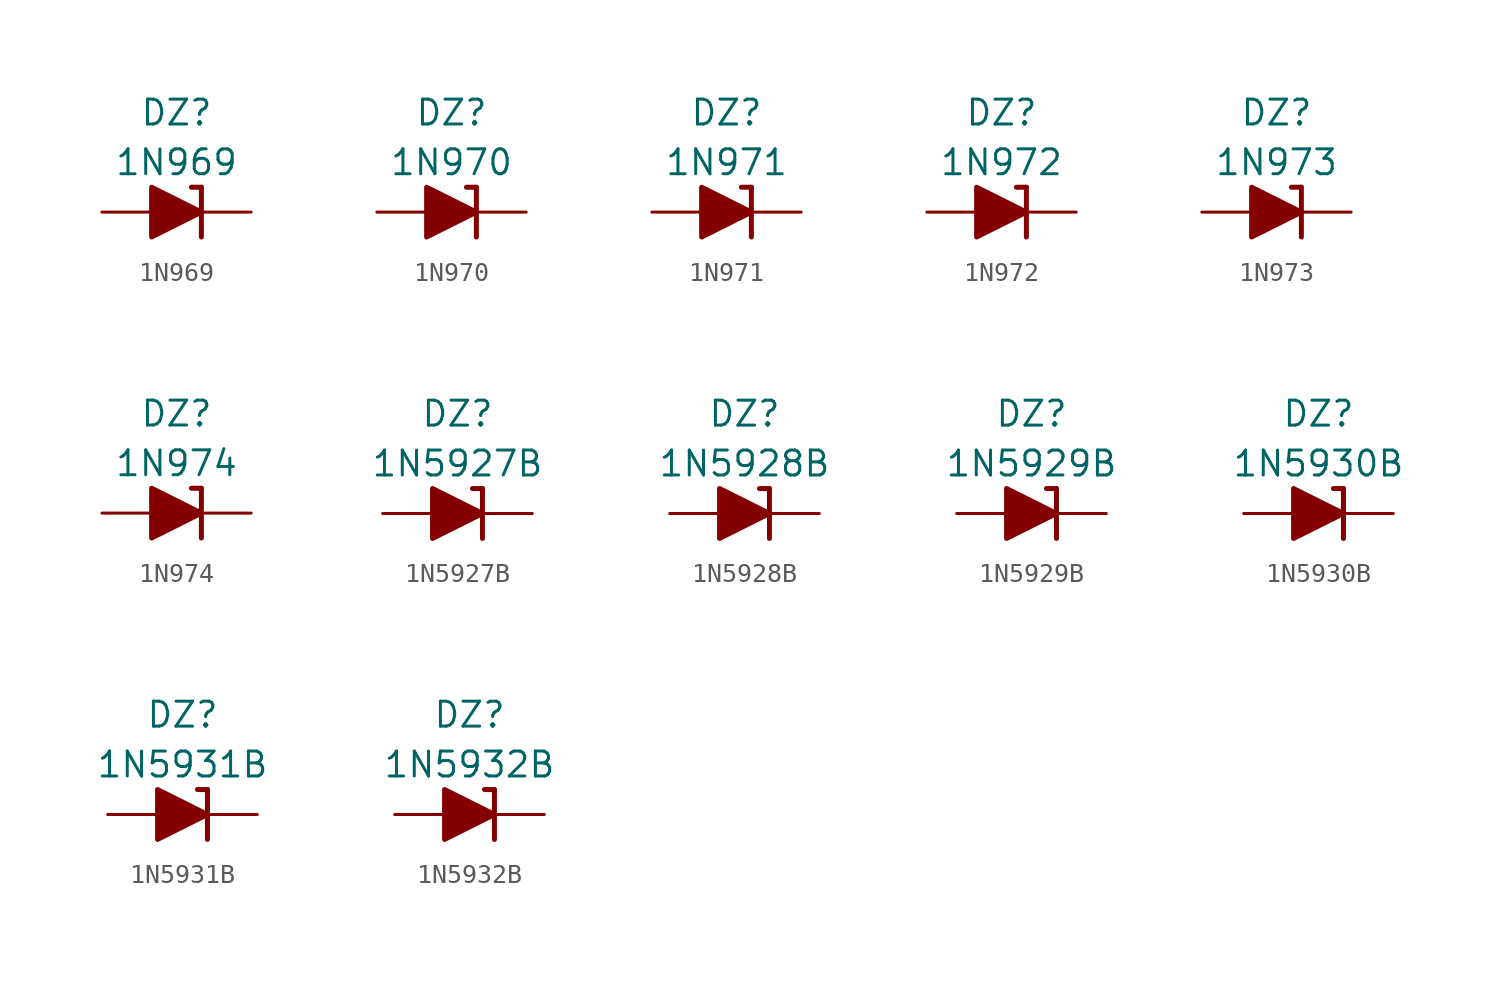
<source format=kicad_sym>
(kicad_symbol_lib
  (version 20211014)
  (generator kicad_symbol_editor)
  (symbol "1N969"
    (pin_numbers hide)
    (pin_names
      (offset 1.016) hide)
    (property "Reference" "DZ"
      (at 0 5.08 0)
      (effects (font (size 1.27 1.27))))
    (property "Value" "1N969"
      (at 0 2.54 0)
      (effects (font (size 1.27 1.27))))
    (symbol "1N969_0_1"
      (polyline (pts (xy -1.27 0) (xy 1.27 0)) (stroke (width 0) (type default) (color 0 0 0 0)) (fill (type none)))
      (polyline (pts (xy 1.27 1.27) (xy 0.762 1.27)) (stroke (width 0.254) (type default) (color 0 0 0 0)) (fill (type none)))
      (polyline (pts (xy 1.27 1.27) (xy 1.27 -1.27)) (stroke (width 0.254) (type default) (color 0 0 0 0)) (fill (type none)))
      (polyline (pts (xy -1.27 -1.27) (xy -1.27 1.27) (xy 1.27 0) (xy -1.27 -1.27)) (stroke (width 0.254) (type default) (color 0 0 0 0)) (fill (type outline))))
    (symbol "1N969_1_1"
      (pin passive line (at 3.81 0 180) (length 2.54) (name "K" (effects (font (size 1.27 1.27)))) (number "1" (effects (font (size 1.27 1.27)))))
      (pin passive line (at -3.81 0 0) (length 2.54) (name "A" (effects (font (size 1.27 1.27)))) (number "2" (effects (font (size 1.27 1.27)))))))
  (symbol "1N970"
    (pin_numbers hide)
    (pin_names
      (offset 1.016) hide)
    (property "Reference" "DZ"
      (at 0 5.08 0)
      (effects (font (size 1.27 1.27))))
    (property "Value" "1N970"
      (at 0 2.54 0)
      (effects (font (size 1.27 1.27))))
    (symbol "1N970_0_1"
      (polyline (pts (xy -1.27 0) (xy 1.27 0)) (stroke (width 0) (type default) (color 0 0 0 0)) (fill (type none)))
      (polyline (pts (xy 1.27 1.27) (xy 0.762 1.27)) (stroke (width 0.254) (type default) (color 0 0 0 0)) (fill (type none)))
      (polyline (pts (xy 1.27 1.27) (xy 1.27 -1.27)) (stroke (width 0.254) (type default) (color 0 0 0 0)) (fill (type none)))
      (polyline (pts (xy -1.27 -1.27) (xy -1.27 1.27) (xy 1.27 0) (xy -1.27 -1.27)) (stroke (width 0.254) (type default) (color 0 0 0 0)) (fill (type outline))))
    (symbol "1N970_1_1"
      (pin passive line (at 3.81 0 180) (length 2.54) (name "K" (effects (font (size 1.27 1.27)))) (number "1" (effects (font (size 1.27 1.27)))))
      (pin passive line (at -3.81 0 0) (length 2.54) (name "A" (effects (font (size 1.27 1.27)))) (number "2" (effects (font (size 1.27 1.27)))))))
  (symbol "1N971"
    (pin_numbers hide)
    (pin_names
      (offset 1.016) hide)
    (property "Reference" "DZ"
      (at 0 5.08 0)
      (effects (font (size 1.27 1.27))))
    (property "Value" "1N971"
      (at 0 2.54 0)
      (effects (font (size 1.27 1.27))))
    (symbol "1N971_0_1"
      (polyline (pts (xy -1.27 0) (xy 1.27 0)) (stroke (width 0) (type default) (color 0 0 0 0)) (fill (type none)))
      (polyline (pts (xy 1.27 1.27) (xy 0.762 1.27)) (stroke (width 0.254) (type default) (color 0 0 0 0)) (fill (type none)))
      (polyline (pts (xy 1.27 1.27) (xy 1.27 -1.27)) (stroke (width 0.254) (type default) (color 0 0 0 0)) (fill (type none)))
      (polyline (pts (xy -1.27 -1.27) (xy -1.27 1.27) (xy 1.27 0) (xy -1.27 -1.27)) (stroke (width 0.254) (type default) (color 0 0 0 0)) (fill (type outline))))
    (symbol "1N971_1_1"
      (pin passive line (at 3.81 0 180) (length 2.54) (name "K" (effects (font (size 1.27 1.27)))) (number "1" (effects (font (size 1.27 1.27)))))
      (pin passive line (at -3.81 0 0) (length 2.54) (name "A" (effects (font (size 1.27 1.27)))) (number "2" (effects (font (size 1.27 1.27)))))))
  (symbol "1N972"
    (pin_numbers hide)
    (pin_names
      (offset 1.016) hide)
    (property "Reference" "DZ"
      (at 0 5.08 0)
      (effects (font (size 1.27 1.27))))
    (property "Value" "1N972"
      (at 0 2.54 0)
      (effects (font (size 1.27 1.27))))
    (symbol "1N972_0_1"
      (polyline (pts (xy -1.27 0) (xy 1.27 0)) (stroke (width 0) (type default) (color 0 0 0 0)) (fill (type none)))
      (polyline (pts (xy 1.27 1.27) (xy 0.762 1.27)) (stroke (width 0.254) (type default) (color 0 0 0 0)) (fill (type none)))
      (polyline (pts (xy 1.27 1.27) (xy 1.27 -1.27)) (stroke (width 0.254) (type default) (color 0 0 0 0)) (fill (type none)))
      (polyline (pts (xy -1.27 -1.27) (xy -1.27 1.27) (xy 1.27 0) (xy -1.27 -1.27)) (stroke (width 0.254) (type default) (color 0 0 0 0)) (fill (type outline))))
    (symbol "1N972_1_1"
      (pin passive line (at 3.81 0 180) (length 2.54) (name "K" (effects (font (size 1.27 1.27)))) (number "1" (effects (font (size 1.27 1.27)))))
      (pin passive line (at -3.81 0 0) (length 2.54) (name "A" (effects (font (size 1.27 1.27)))) (number "2" (effects (font (size 1.27 1.27)))))))
  (symbol "1N973"
    (pin_numbers hide)
    (pin_names
      (offset 1.016) hide)
    (property "Reference" "DZ"
      (at 0 5.08 0)
      (effects (font (size 1.27 1.27))))
    (property "Value" "1N973"
      (at 0 2.54 0)
      (effects (font (size 1.27 1.27))))
    (symbol "1N973_0_1"
      (polyline (pts (xy -1.27 0) (xy 1.27 0)) (stroke (width 0) (type default) (color 0 0 0 0)) (fill (type none)))
      (polyline (pts (xy 1.27 1.27) (xy 0.762 1.27)) (stroke (width 0.254) (type default) (color 0 0 0 0)) (fill (type none)))
      (polyline (pts (xy 1.27 1.27) (xy 1.27 -1.27)) (stroke (width 0.254) (type default) (color 0 0 0 0)) (fill (type none)))
      (polyline (pts (xy -1.27 -1.27) (xy -1.27 1.27) (xy 1.27 0) (xy -1.27 -1.27)) (stroke (width 0.254) (type default) (color 0 0 0 0)) (fill (type outline))))
    (symbol "1N973_1_1"
      (pin passive line (at 3.81 0 180) (length 2.54) (name "K" (effects (font (size 1.27 1.27)))) (number "1" (effects (font (size 1.27 1.27)))))
      (pin passive line (at -3.81 0 0) (length 2.54) (name "A" (effects (font (size 1.27 1.27)))) (number "2" (effects (font (size 1.27 1.27)))))))
  (symbol "1N974"
    (pin_numbers hide)
    (pin_names
      (offset 1.016) hide)
    (property "Reference" "DZ"
      (at 0 5.08 0)
      (effects (font (size 1.27 1.27))))
    (property "Value" "1N974"
      (at 0 2.54 0)
      (effects (font (size 1.27 1.27))))
    (symbol "1N974_0_1"
      (polyline (pts (xy -1.27 0) (xy 1.27 0)) (stroke (width 0) (type default) (color 0 0 0 0)) (fill (type none)))
      (polyline (pts (xy 1.27 1.27) (xy 0.762 1.27)) (stroke (width 0.254) (type default) (color 0 0 0 0)) (fill (type none)))
      (polyline (pts (xy 1.27 1.27) (xy 1.27 -1.27)) (stroke (width 0.254) (type default) (color 0 0 0 0)) (fill (type none)))
      (polyline (pts (xy -1.27 -1.27) (xy -1.27 1.27) (xy 1.27 0) (xy -1.27 -1.27)) (stroke (width 0.254) (type default) (color 0 0 0 0)) (fill (type outline))))
    (symbol "1N974_1_1"
      (pin passive line (at 3.81 0 180) (length 2.54) (name "K" (effects (font (size 1.27 1.27)))) (number "1" (effects (font (size 1.27 1.27)))))
      (pin passive line (at -3.81 0 0) (length 2.54) (name "A" (effects (font (size 1.27 1.27)))) (number "2" (effects (font (size 1.27 1.27)))))))
  (symbol "1N5927B"
    (pin_numbers hide)
    (pin_names
      (offset 1.016) hide)
    (property "Reference" "DZ"
      (at 0 5.08 0)
      (effects (font (size 1.27 1.27))))
    (property "Value" "1N5927B"
      (at 0 2.54 0)
      (effects (font (size 1.27 1.27))))
    (symbol "1N5927B_0_1"
      (polyline (pts (xy -1.27 0) (xy 1.27 0)) (stroke (width 0) (type default) (color 0 0 0 0)) (fill (type none)))
      (polyline (pts (xy 1.27 1.27) (xy 0.762 1.27)) (stroke (width 0.254) (type default) (color 0 0 0 0)) (fill (type none)))
      (polyline (pts (xy 1.27 1.27) (xy 1.27 -1.27)) (stroke (width 0.254) (type default) (color 0 0 0 0)) (fill (type none)))
      (polyline (pts (xy -1.27 -1.27) (xy -1.27 1.27) (xy 1.27 0) (xy -1.27 -1.27)) (stroke (width 0.254) (type default) (color 0 0 0 0)) (fill (type outline))))
    (symbol "1N5927B_1_1"
      (pin passive line (at 3.81 0 180) (length 2.54) (name "K" (effects (font (size 1.27 1.27)))) (number "1" (effects (font (size 1.27 1.27)))))
      (pin passive line (at -3.81 0 0) (length 2.54) (name "A" (effects (font (size 1.27 1.27)))) (number "2" (effects (font (size 1.27 1.27)))))))
  (symbol "1N5928B"
    (pin_numbers hide)
    (pin_names
      (offset 1.016) hide)
    (property "Reference" "DZ"
      (at 0 5.08 0)
      (effects (font (size 1.27 1.27))))
    (property "Value" "1N5928B"
      (at 0 2.54 0)
      (effects (font (size 1.27 1.27))))
    (symbol "1N5928B_0_1"
      (polyline (pts (xy -1.27 0) (xy 1.27 0)) (stroke (width 0) (type default) (color 0 0 0 0)) (fill (type none)))
      (polyline (pts (xy 1.27 1.27) (xy 0.762 1.27)) (stroke (width 0.254) (type default) (color 0 0 0 0)) (fill (type none)))
      (polyline (pts (xy 1.27 1.27) (xy 1.27 -1.27)) (stroke (width 0.254) (type default) (color 0 0 0 0)) (fill (type none)))
      (polyline (pts (xy -1.27 -1.27) (xy -1.27 1.27) (xy 1.27 0) (xy -1.27 -1.27)) (stroke (width 0.254) (type default) (color 0 0 0 0)) (fill (type outline))))
    (symbol "1N5928B_1_1"
      (pin passive line (at 3.81 0 180) (length 2.54) (name "K" (effects (font (size 1.27 1.27)))) (number "1" (effects (font (size 1.27 1.27)))))
      (pin passive line (at -3.81 0 0) (length 2.54) (name "A" (effects (font (size 1.27 1.27)))) (number "2" (effects (font (size 1.27 1.27)))))))
  (symbol "1N5929B"
    (pin_numbers hide)
    (pin_names
      (offset 1.016) hide)
    (property "Reference" "DZ"
      (at 0 5.08 0)
      (effects (font (size 1.27 1.27))))
    (property "Value" "1N5929B"
      (at 0 2.54 0)
      (effects (font (size 1.27 1.27))))
    (symbol "1N5929B_0_1"
      (polyline (pts (xy -1.27 0) (xy 1.27 0)) (stroke (width 0) (type default) (color 0 0 0 0)) (fill (type none)))
      (polyline (pts (xy 1.27 1.27) (xy 0.762 1.27)) (stroke (width 0.254) (type default) (color 0 0 0 0)) (fill (type none)))
      (polyline (pts (xy 1.27 1.27) (xy 1.27 -1.27)) (stroke (width 0.254) (type default) (color 0 0 0 0)) (fill (type none)))
      (polyline (pts (xy -1.27 -1.27) (xy -1.27 1.27) (xy 1.27 0) (xy -1.27 -1.27)) (stroke (width 0.254) (type default) (color 0 0 0 0)) (fill (type outline))))
    (symbol "1N5929B_1_1"
      (pin passive line (at 3.81 0 180) (length 2.54) (name "K" (effects (font (size 1.27 1.27)))) (number "1" (effects (font (size 1.27 1.27)))))
      (pin passive line (at -3.81 0 0) (length 2.54) (name "A" (effects (font (size 1.27 1.27)))) (number "2" (effects (font (size 1.27 1.27)))))))
  (symbol "1N5930B"
    (pin_numbers hide)
    (pin_names
      (offset 1.016) hide)
    (property "Reference" "DZ"
      (at 0 5.08 0)
      (effects (font (size 1.27 1.27))))
    (property "Value" "1N5930B"
      (at 0 2.54 0)
      (effects (font (size 1.27 1.27))))
    (symbol "1N5930B_0_1"
      (polyline (pts (xy -1.27 0) (xy 1.27 0)) (stroke (width 0) (type default) (color 0 0 0 0)) (fill (type none)))
      (polyline (pts (xy 1.27 1.27) (xy 0.762 1.27)) (stroke (width 0.254) (type default) (color 0 0 0 0)) (fill (type none)))
      (polyline (pts (xy 1.27 1.27) (xy 1.27 -1.27)) (stroke (width 0.254) (type default) (color 0 0 0 0)) (fill (type none)))
      (polyline (pts (xy -1.27 -1.27) (xy -1.27 1.27) (xy 1.27 0) (xy -1.27 -1.27)) (stroke (width 0.254) (type default) (color 0 0 0 0)) (fill (type outline))))
    (symbol "1N5930B_1_1"
      (pin passive line (at 3.81 0 180) (length 2.54) (name "K" (effects (font (size 1.27 1.27)))) (number "1" (effects (font (size 1.27 1.27)))))
      (pin passive line (at -3.81 0 0) (length 2.54) (name "A" (effects (font (size 1.27 1.27)))) (number "2" (effects (font (size 1.27 1.27)))))))
  (symbol "1N5931B"
    (pin_numbers hide)
    (pin_names
      (offset 1.016) hide)
    (property "Reference" "DZ"
      (at 0 5.08 0)
      (effects (font (size 1.27 1.27))))
    (property "Value" "1N5931B"
      (at 0 2.54 0)
      (effects (font (size 1.27 1.27))))
    (symbol "1N5931B_0_1"
      (polyline (pts (xy -1.27 0) (xy 1.27 0)) (stroke (width 0) (type default) (color 0 0 0 0)) (fill (type none)))
      (polyline (pts (xy 1.27 1.27) (xy 0.762 1.27)) (stroke (width 0.254) (type default) (color 0 0 0 0)) (fill (type none)))
      (polyline (pts (xy 1.27 1.27) (xy 1.27 -1.27)) (stroke (width 0.254) (type default) (color 0 0 0 0)) (fill (type none)))
      (polyline (pts (xy -1.27 -1.27) (xy -1.27 1.27) (xy 1.27 0) (xy -1.27 -1.27)) (stroke (width 0.254) (type default) (color 0 0 0 0)) (fill (type outline))))
    (symbol "1N5931B_1_1"
      (pin passive line (at 3.81 0 180) (length 2.54) (name "K" (effects (font (size 1.27 1.27)))) (number "1" (effects (font (size 1.27 1.27)))))
      (pin passive line (at -3.81 0 0) (length 2.54) (name "A" (effects (font (size 1.27 1.27)))) (number "2" (effects (font (size 1.27 1.27)))))))
  (symbol "1N5932B"
    (pin_numbers hide)
    (pin_names
      (offset 1.016) hide)
    (property "Reference" "DZ"
      (at 0 5.08 0)
      (effects (font (size 1.27 1.27))))
    (property "Value" "1N5932B"
      (at 0 2.54 0)
      (effects (font (size 1.27 1.27))))
    (symbol "1N5932B_0_1"
      (polyline (pts (xy -1.27 0) (xy 1.27 0)) (stroke (width 0) (type default) (color 0 0 0 0)) (fill (type none)))
      (polyline (pts (xy 1.27 1.27) (xy 0.762 1.27)) (stroke (width 0.254) (type default) (color 0 0 0 0)) (fill (type none)))
      (polyline (pts (xy 1.27 1.27) (xy 1.27 -1.27)) (stroke (width 0.254) (type default) (color 0 0 0 0)) (fill (type none)))
      (polyline (pts (xy -1.27 -1.27) (xy -1.27 1.27) (xy 1.27 0) (xy -1.27 -1.27)) (stroke (width 0.254) (type default) (color 0 0 0 0)) (fill (type outline))))
    (symbol "1N5932B_1_1"
      (pin passive line (at 3.81 0 180) (length 2.54) (name "K" (effects (font (size 1.27 1.27)))) (number "1" (effects (font (size 1.27 1.27)))))
      (pin passive line (at -3.81 0 0) (length 2.54) (name "A" (effects (font (size 1.27 1.27)))) (number "2" (effects (font (size 1.27 1.27))))))))
</source>
